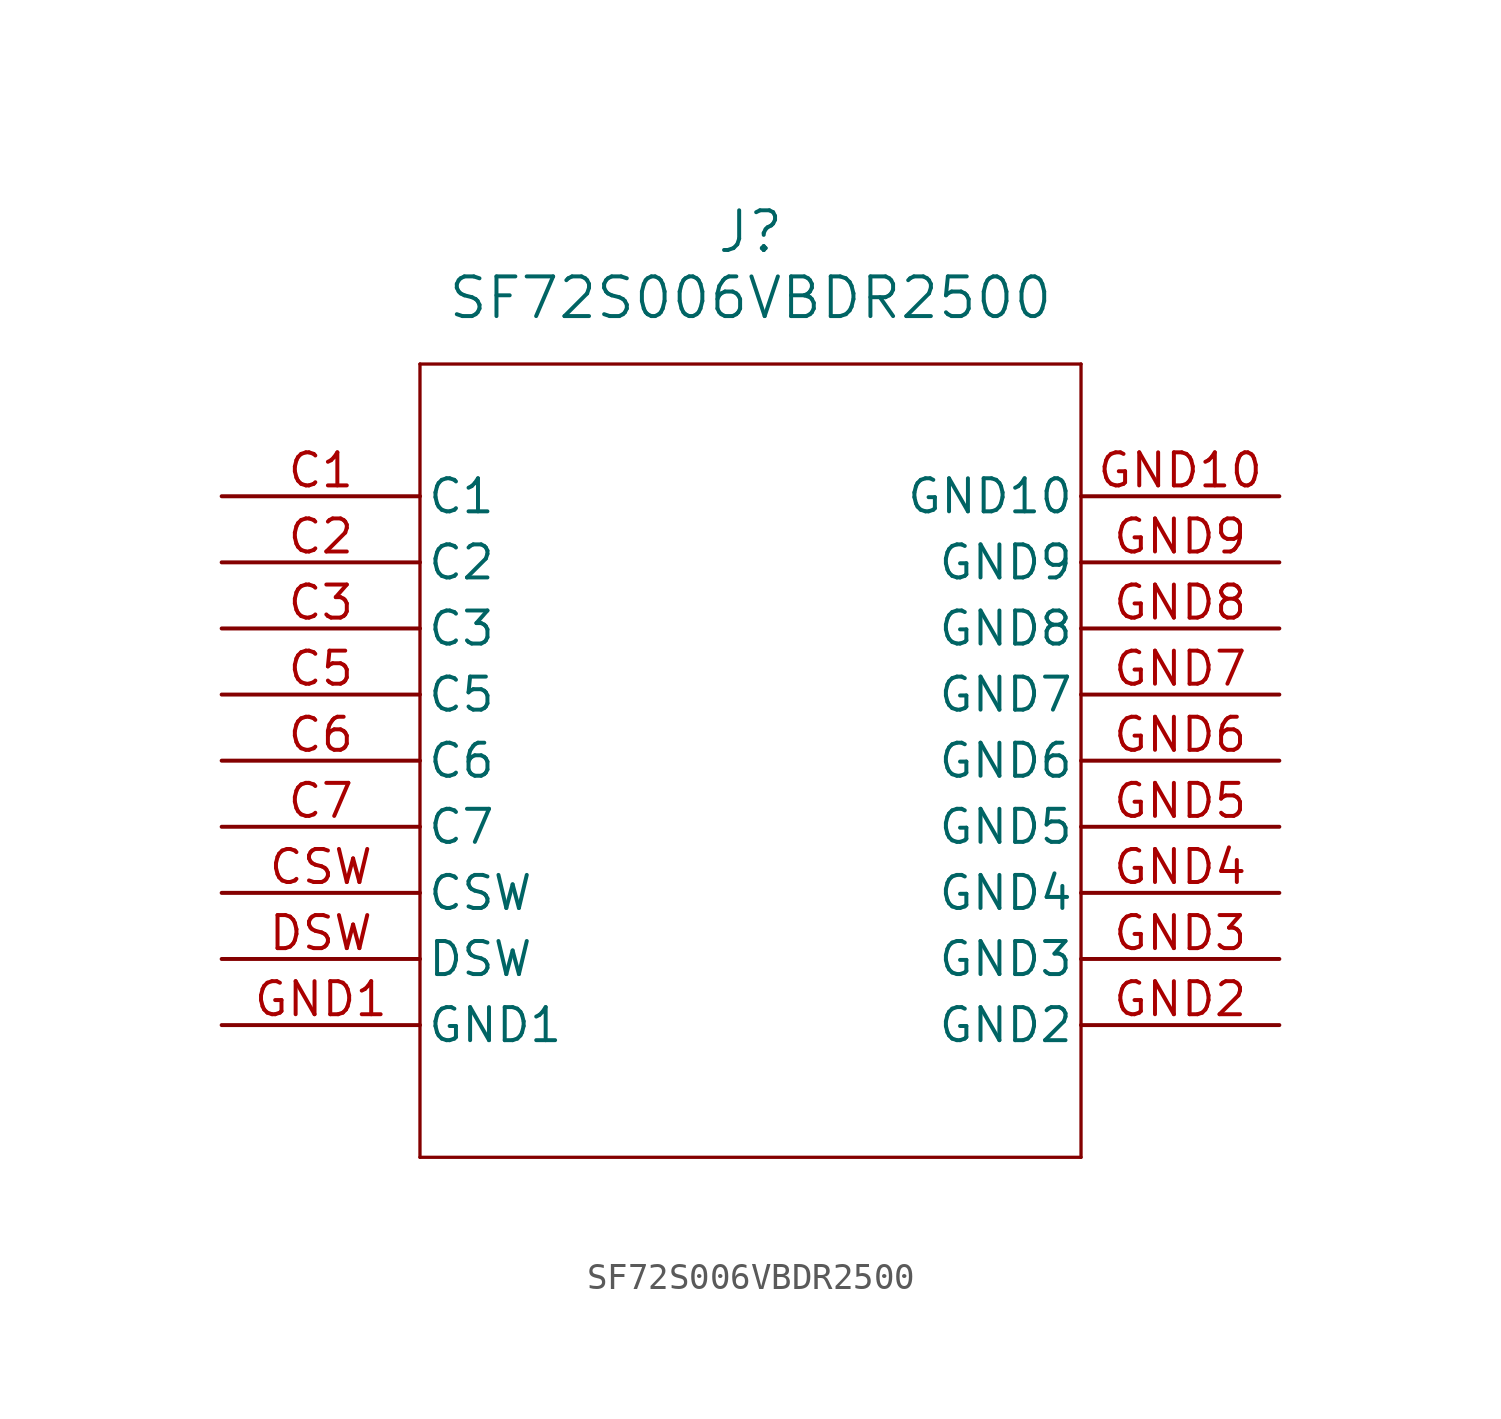
<source format=kicad_sym>
(kicad_symbol_lib
  (version 20211014)
  (generator kicad_symbol_editor)
  (symbol "SF72S006VBDR2500"
    (pin_names
      (offset 0.254))
    (property "Reference" "J"
      (at 20.32 10.16 0)
      (effects (font (size 1.524 1.524))))
    (property "Value" "SF72S006VBDR2500"
      (at 20.32 7.62 0)
      (effects (font (size 1.524 1.524))))
    (symbol "SF72S006VBDR2500_0_1"
      (polyline (pts (xy 7.62 5.08) (xy 7.62 -25.4)) (stroke (width 0.127) (type default) (color 0 0 0 0)) (fill (type none)))
      (polyline (pts (xy 7.62 -25.4) (xy 33.02 -25.4)) (stroke (width 0.127) (type default) (color 0 0 0 0)) (fill (type none)))
      (polyline (pts (xy 33.02 -25.4) (xy 33.02 5.08)) (stroke (width 0.127) (type default) (color 0 0 0 0)) (fill (type none)))
      (polyline (pts (xy 33.02 5.08) (xy 7.62 5.08)) (stroke (width 0.127) (type default) (color 0 0 0 0)) (fill (type none)))
      (pin unspecified line (at 0 0 0) (length 7.62) (name "C1" (effects (font (size 1.27 1.27)))) (number "C1" (effects (font (size 1.27 1.27)))))
      (pin unspecified line (at 0 -2.54 0) (length 7.62) (name "C2" (effects (font (size 1.27 1.27)))) (number "C2" (effects (font (size 1.27 1.27)))))
      (pin unspecified line (at 0 -5.08 0) (length 7.62) (name "C3" (effects (font (size 1.27 1.27)))) (number "C3" (effects (font (size 1.27 1.27)))))
      (pin unspecified line (at 0 -7.62 0) (length 7.62) (name "C5" (effects (font (size 1.27 1.27)))) (number "C5" (effects (font (size 1.27 1.27)))))
      (pin unspecified line (at 0 -10.16 0) (length 7.62) (name "C6" (effects (font (size 1.27 1.27)))) (number "C6" (effects (font (size 1.27 1.27)))))
      (pin unspecified line (at 0 -12.7 0) (length 7.62) (name "C7" (effects (font (size 1.27 1.27)))) (number "C7" (effects (font (size 1.27 1.27)))))
      (pin unspecified line (at 0 -15.24 0) (length 7.62) (name "CSW" (effects (font (size 1.27 1.27)))) (number "CSW" (effects (font (size 1.27 1.27)))))
      (pin unspecified line (at 0 -17.78 0) (length 7.62) (name "DSW" (effects (font (size 1.27 1.27)))) (number "DSW" (effects (font (size 1.27 1.27)))))
      (pin unspecified line (at 0 -20.32 0) (length 7.62) (name "GND1" (effects (font (size 1.27 1.27)))) (number "GND1" (effects (font (size 1.27 1.27)))))
      (pin unspecified line (at 40.64 -20.32 180) (length 7.62) (name "GND2" (effects (font (size 1.27 1.27)))) (number "GND2" (effects (font (size 1.27 1.27)))))
      (pin unspecified line (at 40.64 -17.78 180) (length 7.62) (name "GND3" (effects (font (size 1.27 1.27)))) (number "GND3" (effects (font (size 1.27 1.27)))))
      (pin unspecified line (at 40.64 -15.24 180) (length 7.62) (name "GND4" (effects (font (size 1.27 1.27)))) (number "GND4" (effects (font (size 1.27 1.27)))))
      (pin unspecified line (at 40.64 -12.7 180) (length 7.62) (name "GND5" (effects (font (size 1.27 1.27)))) (number "GND5" (effects (font (size 1.27 1.27)))))
      (pin unspecified line (at 40.64 -10.16 180) (length 7.62) (name "GND6" (effects (font (size 1.27 1.27)))) (number "GND6" (effects (font (size 1.27 1.27)))))
      (pin unspecified line (at 40.64 -7.62 180) (length 7.62) (name "GND7" (effects (font (size 1.27 1.27)))) (number "GND7" (effects (font (size 1.27 1.27)))))
      (pin unspecified line (at 40.64 -5.08 180) (length 7.62) (name "GND8" (effects (font (size 1.27 1.27)))) (number "GND8" (effects (font (size 1.27 1.27)))))
      (pin unspecified line (at 40.64 -2.54 180) (length 7.62) (name "GND9" (effects (font (size 1.27 1.27)))) (number "GND9" (effects (font (size 1.27 1.27)))))
      (pin unspecified line (at 40.64 0 180) (length 7.62) (name "GND10" (effects (font (size 1.27 1.27)))) (number "GND10" (effects (font (size 1.27 1.27))))))))
</source>
